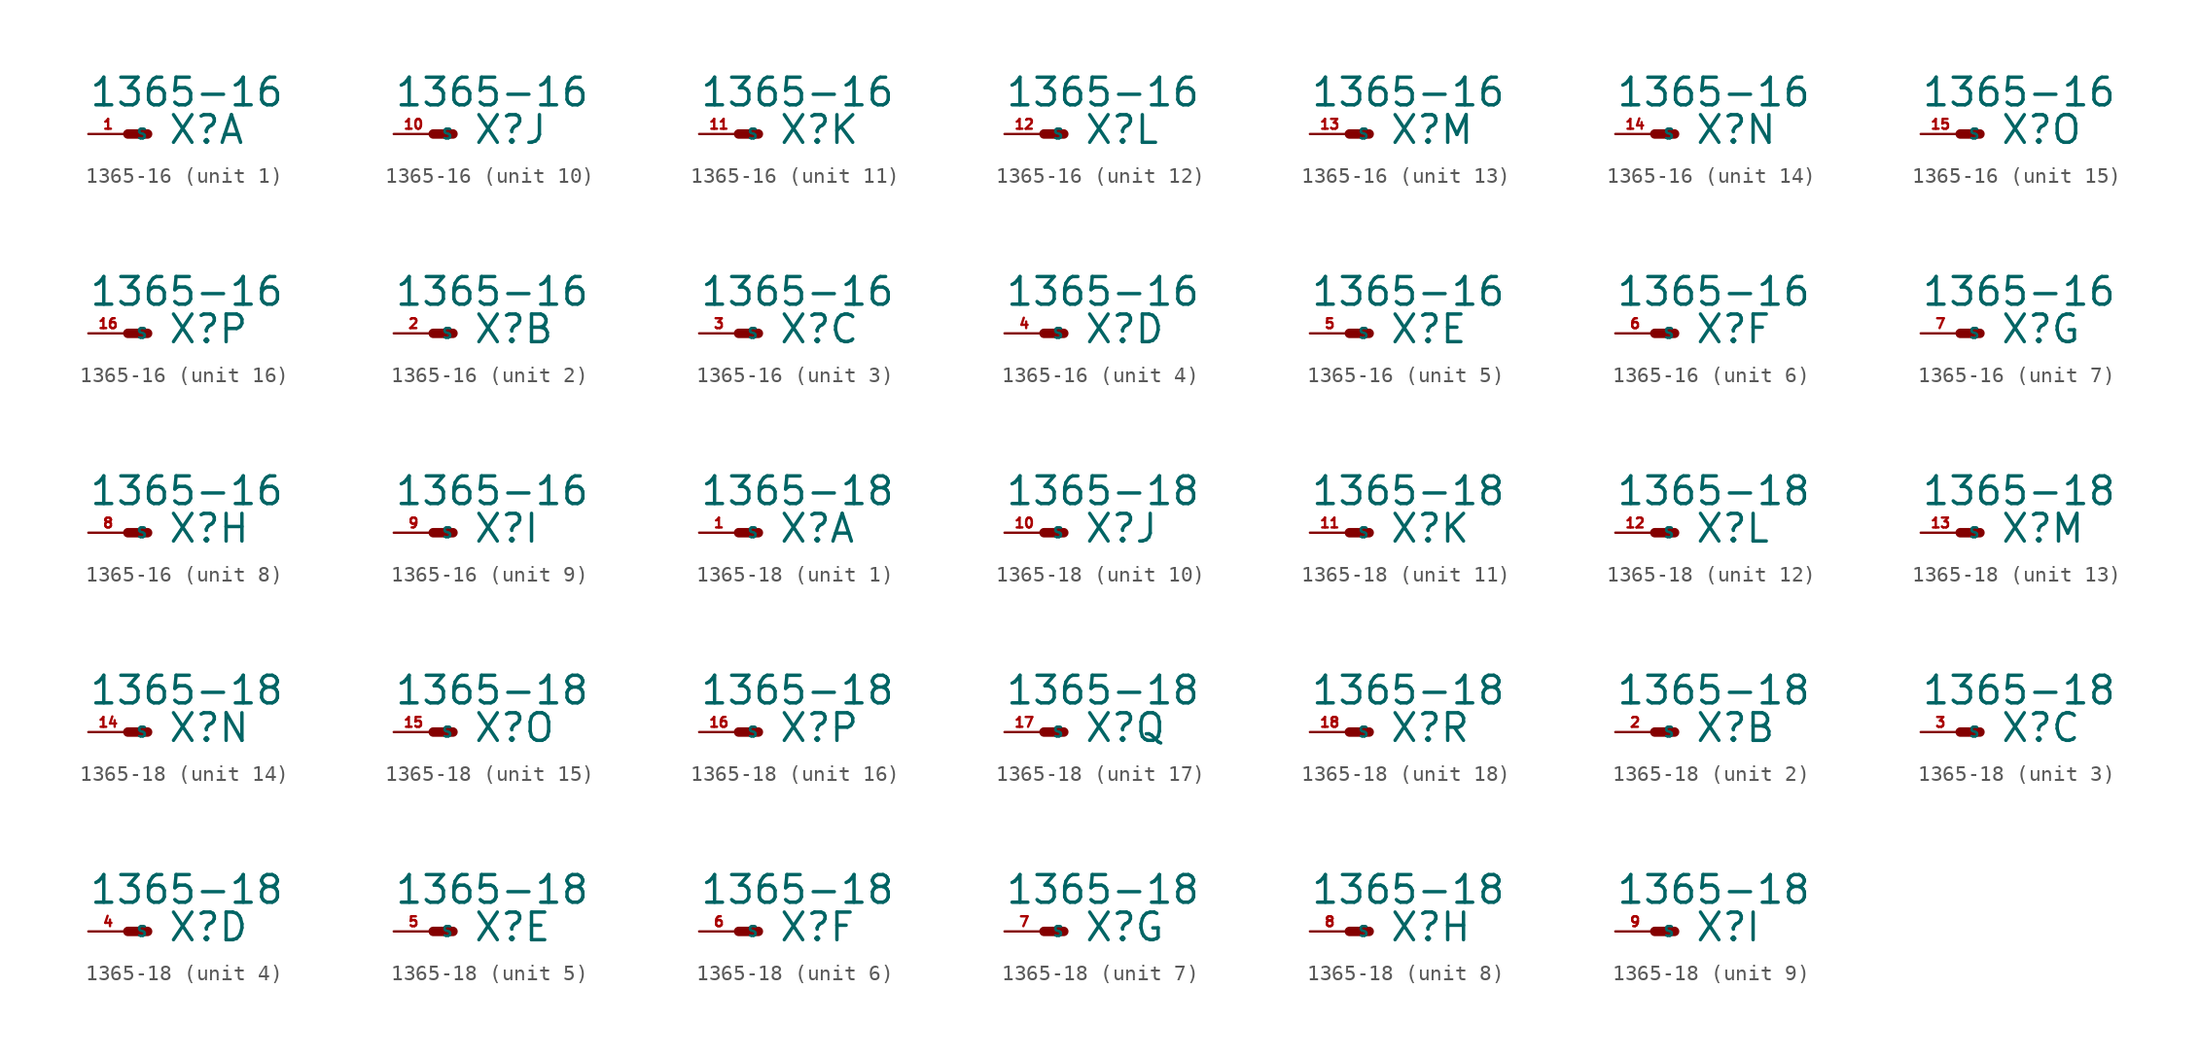
<source format=kicad_sym>
(kicad_symbol_lib
  (version 20220914)
  (generator Eagle2Kicad)
  (symbol "1365-16"
    (property "Reference" "X"
      (at 2.54 -0.762 0)
      (effects (font (size 1.778 1.778) (thickness 0.22)) (justify left bottom)))
    (property "Value" "1365-16"
      (at -2.54 1.651 0)
      (effects (font (size 1.778 1.778) (thickness 0.22)) (justify left bottom)))
    (symbol "1365-16_1_0"
      (polyline (pts (xy 0 0) (xy 1.27 0)) (stroke (width 0.61) (type default)) (fill (type none)))
      (pin passive line (at -2.54 0 0) (length 2.54) (name "S" (effects (font (size 0.635 0.635) (thickness 0.08)) (justify left bottom))) (number "1" (effects (font (size 0.635 0.635) (thickness 0.08)) (justify left bottom)))))
    (symbol "1365-16_2_0"
      (polyline (pts (xy 0 0) (xy 1.27 0)) (stroke (width 0.61) (type default)) (fill (type none)))
      (pin passive line (at -2.54 0 0) (length 2.54) (name "S" (effects (font (size 0.635 0.635) (thickness 0.08)) (justify left bottom))) (number "2" (effects (font (size 0.635 0.635) (thickness 0.08)) (justify left bottom)))))
    (symbol "1365-16_3_0"
      (polyline (pts (xy 0 0) (xy 1.27 0)) (stroke (width 0.61) (type default)) (fill (type none)))
      (pin passive line (at -2.54 0 0) (length 2.54) (name "S" (effects (font (size 0.635 0.635) (thickness 0.08)) (justify left bottom))) (number "3" (effects (font (size 0.635 0.635) (thickness 0.08)) (justify left bottom)))))
    (symbol "1365-16_4_0"
      (polyline (pts (xy 0 0) (xy 1.27 0)) (stroke (width 0.61) (type default)) (fill (type none)))
      (pin passive line (at -2.54 0 0) (length 2.54) (name "S" (effects (font (size 0.635 0.635) (thickness 0.08)) (justify left bottom))) (number "4" (effects (font (size 0.635 0.635) (thickness 0.08)) (justify left bottom)))))
    (symbol "1365-16_5_0"
      (polyline (pts (xy 0 0) (xy 1.27 0)) (stroke (width 0.61) (type default)) (fill (type none)))
      (pin passive line (at -2.54 0 0) (length 2.54) (name "S" (effects (font (size 0.635 0.635) (thickness 0.08)) (justify left bottom))) (number "5" (effects (font (size 0.635 0.635) (thickness 0.08)) (justify left bottom)))))
    (symbol "1365-16_6_0"
      (polyline (pts (xy 0 0) (xy 1.27 0)) (stroke (width 0.61) (type default)) (fill (type none)))
      (pin passive line (at -2.54 0 0) (length 2.54) (name "S" (effects (font (size 0.635 0.635) (thickness 0.08)) (justify left bottom))) (number "6" (effects (font (size 0.635 0.635) (thickness 0.08)) (justify left bottom)))))
    (symbol "1365-16_7_0"
      (polyline (pts (xy 0 0) (xy 1.27 0)) (stroke (width 0.61) (type default)) (fill (type none)))
      (pin passive line (at -2.54 0 0) (length 2.54) (name "S" (effects (font (size 0.635 0.635) (thickness 0.08)) (justify left bottom))) (number "7" (effects (font (size 0.635 0.635) (thickness 0.08)) (justify left bottom)))))
    (symbol "1365-16_8_0"
      (polyline (pts (xy 0 0) (xy 1.27 0)) (stroke (width 0.61) (type default)) (fill (type none)))
      (pin passive line (at -2.54 0 0) (length 2.54) (name "S" (effects (font (size 0.635 0.635) (thickness 0.08)) (justify left bottom))) (number "8" (effects (font (size 0.635 0.635) (thickness 0.08)) (justify left bottom)))))
    (symbol "1365-16_9_0"
      (polyline (pts (xy 0 0) (xy 1.27 0)) (stroke (width 0.61) (type default)) (fill (type none)))
      (pin passive line (at -2.54 0 0) (length 2.54) (name "S" (effects (font (size 0.635 0.635) (thickness 0.08)) (justify left bottom))) (number "9" (effects (font (size 0.635 0.635) (thickness 0.08)) (justify left bottom)))))
    (symbol "1365-16_10_0"
      (polyline (pts (xy 0 0) (xy 1.27 0)) (stroke (width 0.61) (type default)) (fill (type none)))
      (pin passive line (at -2.54 0 0) (length 2.54) (name "S" (effects (font (size 0.635 0.635) (thickness 0.08)) (justify left bottom))) (number "10" (effects (font (size 0.635 0.635) (thickness 0.08)) (justify left bottom)))))
    (symbol "1365-16_11_0"
      (polyline (pts (xy 0 0) (xy 1.27 0)) (stroke (width 0.61) (type default)) (fill (type none)))
      (pin passive line (at -2.54 0 0) (length 2.54) (name "S" (effects (font (size 0.635 0.635) (thickness 0.08)) (justify left bottom))) (number "11" (effects (font (size 0.635 0.635) (thickness 0.08)) (justify left bottom)))))
    (symbol "1365-16_12_0"
      (polyline (pts (xy 0 0) (xy 1.27 0)) (stroke (width 0.61) (type default)) (fill (type none)))
      (pin passive line (at -2.54 0 0) (length 2.54) (name "S" (effects (font (size 0.635 0.635) (thickness 0.08)) (justify left bottom))) (number "12" (effects (font (size 0.635 0.635) (thickness 0.08)) (justify left bottom)))))
    (symbol "1365-16_13_0"
      (polyline (pts (xy 0 0) (xy 1.27 0)) (stroke (width 0.61) (type default)) (fill (type none)))
      (pin passive line (at -2.54 0 0) (length 2.54) (name "S" (effects (font (size 0.635 0.635) (thickness 0.08)) (justify left bottom))) (number "13" (effects (font (size 0.635 0.635) (thickness 0.08)) (justify left bottom)))))
    (symbol "1365-16_14_0"
      (polyline (pts (xy 0 0) (xy 1.27 0)) (stroke (width 0.61) (type default)) (fill (type none)))
      (pin passive line (at -2.54 0 0) (length 2.54) (name "S" (effects (font (size 0.635 0.635) (thickness 0.08)) (justify left bottom))) (number "14" (effects (font (size 0.635 0.635) (thickness 0.08)) (justify left bottom)))))
    (symbol "1365-16_15_0"
      (polyline (pts (xy 0 0) (xy 1.27 0)) (stroke (width 0.61) (type default)) (fill (type none)))
      (pin passive line (at -2.54 0 0) (length 2.54) (name "S" (effects (font (size 0.635 0.635) (thickness 0.08)) (justify left bottom))) (number "15" (effects (font (size 0.635 0.635) (thickness 0.08)) (justify left bottom)))))
    (symbol "1365-16_16_0"
      (polyline (pts (xy 0 0) (xy 1.27 0)) (stroke (width 0.61) (type default)) (fill (type none)))
      (pin passive line (at -2.54 0 0) (length 2.54) (name "S" (effects (font (size 0.635 0.635) (thickness 0.08)) (justify left bottom))) (number "16" (effects (font (size 0.635 0.635) (thickness 0.08)) (justify left bottom))))))
  (symbol "1365-18"
    (property "Reference" "X"
      (at 2.54 -0.762 0)
      (effects (font (size 1.778 1.778) (thickness 0.22)) (justify left bottom)))
    (property "Value" "1365-18"
      (at -2.54 1.651 0)
      (effects (font (size 1.778 1.778) (thickness 0.22)) (justify left bottom)))
    (symbol "1365-18_1_0"
      (polyline (pts (xy 0 0) (xy 1.27 0)) (stroke (width 0.61) (type default)) (fill (type none)))
      (pin passive line (at -2.54 0 0) (length 2.54) (name "S" (effects (font (size 0.635 0.635) (thickness 0.08)) (justify left bottom))) (number "1" (effects (font (size 0.635 0.635) (thickness 0.08)) (justify left bottom)))))
    (symbol "1365-18_2_0"
      (polyline (pts (xy 0 0) (xy 1.27 0)) (stroke (width 0.61) (type default)) (fill (type none)))
      (pin passive line (at -2.54 0 0) (length 2.54) (name "S" (effects (font (size 0.635 0.635) (thickness 0.08)) (justify left bottom))) (number "2" (effects (font (size 0.635 0.635) (thickness 0.08)) (justify left bottom)))))
    (symbol "1365-18_3_0"
      (polyline (pts (xy 0 0) (xy 1.27 0)) (stroke (width 0.61) (type default)) (fill (type none)))
      (pin passive line (at -2.54 0 0) (length 2.54) (name "S" (effects (font (size 0.635 0.635) (thickness 0.08)) (justify left bottom))) (number "3" (effects (font (size 0.635 0.635) (thickness 0.08)) (justify left bottom)))))
    (symbol "1365-18_4_0"
      (polyline (pts (xy 0 0) (xy 1.27 0)) (stroke (width 0.61) (type default)) (fill (type none)))
      (pin passive line (at -2.54 0 0) (length 2.54) (name "S" (effects (font (size 0.635 0.635) (thickness 0.08)) (justify left bottom))) (number "4" (effects (font (size 0.635 0.635) (thickness 0.08)) (justify left bottom)))))
    (symbol "1365-18_5_0"
      (polyline (pts (xy 0 0) (xy 1.27 0)) (stroke (width 0.61) (type default)) (fill (type none)))
      (pin passive line (at -2.54 0 0) (length 2.54) (name "S" (effects (font (size 0.635 0.635) (thickness 0.08)) (justify left bottom))) (number "5" (effects (font (size 0.635 0.635) (thickness 0.08)) (justify left bottom)))))
    (symbol "1365-18_6_0"
      (polyline (pts (xy 0 0) (xy 1.27 0)) (stroke (width 0.61) (type default)) (fill (type none)))
      (pin passive line (at -2.54 0 0) (length 2.54) (name "S" (effects (font (size 0.635 0.635) (thickness 0.08)) (justify left bottom))) (number "6" (effects (font (size 0.635 0.635) (thickness 0.08)) (justify left bottom)))))
    (symbol "1365-18_7_0"
      (polyline (pts (xy 0 0) (xy 1.27 0)) (stroke (width 0.61) (type default)) (fill (type none)))
      (pin passive line (at -2.54 0 0) (length 2.54) (name "S" (effects (font (size 0.635 0.635) (thickness 0.08)) (justify left bottom))) (number "7" (effects (font (size 0.635 0.635) (thickness 0.08)) (justify left bottom)))))
    (symbol "1365-18_8_0"
      (polyline (pts (xy 0 0) (xy 1.27 0)) (stroke (width 0.61) (type default)) (fill (type none)))
      (pin passive line (at -2.54 0 0) (length 2.54) (name "S" (effects (font (size 0.635 0.635) (thickness 0.08)) (justify left bottom))) (number "8" (effects (font (size 0.635 0.635) (thickness 0.08)) (justify left bottom)))))
    (symbol "1365-18_9_0"
      (polyline (pts (xy 0 0) (xy 1.27 0)) (stroke (width 0.61) (type default)) (fill (type none)))
      (pin passive line (at -2.54 0 0) (length 2.54) (name "S" (effects (font (size 0.635 0.635) (thickness 0.08)) (justify left bottom))) (number "9" (effects (font (size 0.635 0.635) (thickness 0.08)) (justify left bottom)))))
    (symbol "1365-18_10_0"
      (polyline (pts (xy 0 0) (xy 1.27 0)) (stroke (width 0.61) (type default)) (fill (type none)))
      (pin passive line (at -2.54 0 0) (length 2.54) (name "S" (effects (font (size 0.635 0.635) (thickness 0.08)) (justify left bottom))) (number "10" (effects (font (size 0.635 0.635) (thickness 0.08)) (justify left bottom)))))
    (symbol "1365-18_11_0"
      (polyline (pts (xy 0 0) (xy 1.27 0)) (stroke (width 0.61) (type default)) (fill (type none)))
      (pin passive line (at -2.54 0 0) (length 2.54) (name "S" (effects (font (size 0.635 0.635) (thickness 0.08)) (justify left bottom))) (number "11" (effects (font (size 0.635 0.635) (thickness 0.08)) (justify left bottom)))))
    (symbol "1365-18_12_0"
      (polyline (pts (xy 0 0) (xy 1.27 0)) (stroke (width 0.61) (type default)) (fill (type none)))
      (pin passive line (at -2.54 0 0) (length 2.54) (name "S" (effects (font (size 0.635 0.635) (thickness 0.08)) (justify left bottom))) (number "12" (effects (font (size 0.635 0.635) (thickness 0.08)) (justify left bottom)))))
    (symbol "1365-18_13_0"
      (polyline (pts (xy 0 0) (xy 1.27 0)) (stroke (width 0.61) (type default)) (fill (type none)))
      (pin passive line (at -2.54 0 0) (length 2.54) (name "S" (effects (font (size 0.635 0.635) (thickness 0.08)) (justify left bottom))) (number "13" (effects (font (size 0.635 0.635) (thickness 0.08)) (justify left bottom)))))
    (symbol "1365-18_14_0"
      (polyline (pts (xy 0 0) (xy 1.27 0)) (stroke (width 0.61) (type default)) (fill (type none)))
      (pin passive line (at -2.54 0 0) (length 2.54) (name "S" (effects (font (size 0.635 0.635) (thickness 0.08)) (justify left bottom))) (number "14" (effects (font (size 0.635 0.635) (thickness 0.08)) (justify left bottom)))))
    (symbol "1365-18_15_0"
      (polyline (pts (xy 0 0) (xy 1.27 0)) (stroke (width 0.61) (type default)) (fill (type none)))
      (pin passive line (at -2.54 0 0) (length 2.54) (name "S" (effects (font (size 0.635 0.635) (thickness 0.08)) (justify left bottom))) (number "15" (effects (font (size 0.635 0.635) (thickness 0.08)) (justify left bottom)))))
    (symbol "1365-18_16_0"
      (polyline (pts (xy 0 0) (xy 1.27 0)) (stroke (width 0.61) (type default)) (fill (type none)))
      (pin passive line (at -2.54 0 0) (length 2.54) (name "S" (effects (font (size 0.635 0.635) (thickness 0.08)) (justify left bottom))) (number "16" (effects (font (size 0.635 0.635) (thickness 0.08)) (justify left bottom)))))
    (symbol "1365-18_17_0"
      (polyline (pts (xy 0 0) (xy 1.27 0)) (stroke (width 0.61) (type default)) (fill (type none)))
      (pin passive line (at -2.54 0 0) (length 2.54) (name "S" (effects (font (size 0.635 0.635) (thickness 0.08)) (justify left bottom))) (number "17" (effects (font (size 0.635 0.635) (thickness 0.08)) (justify left bottom)))))
    (symbol "1365-18_18_0"
      (polyline (pts (xy 0 0) (xy 1.27 0)) (stroke (width 0.61) (type default)) (fill (type none)))
      (pin passive line (at -2.54 0 0) (length 2.54) (name "S" (effects (font (size 0.635 0.635) (thickness 0.08)) (justify left bottom))) (number "18" (effects (font (size 0.635 0.635) (thickness 0.08)) (justify left bottom)))))))
</source>
